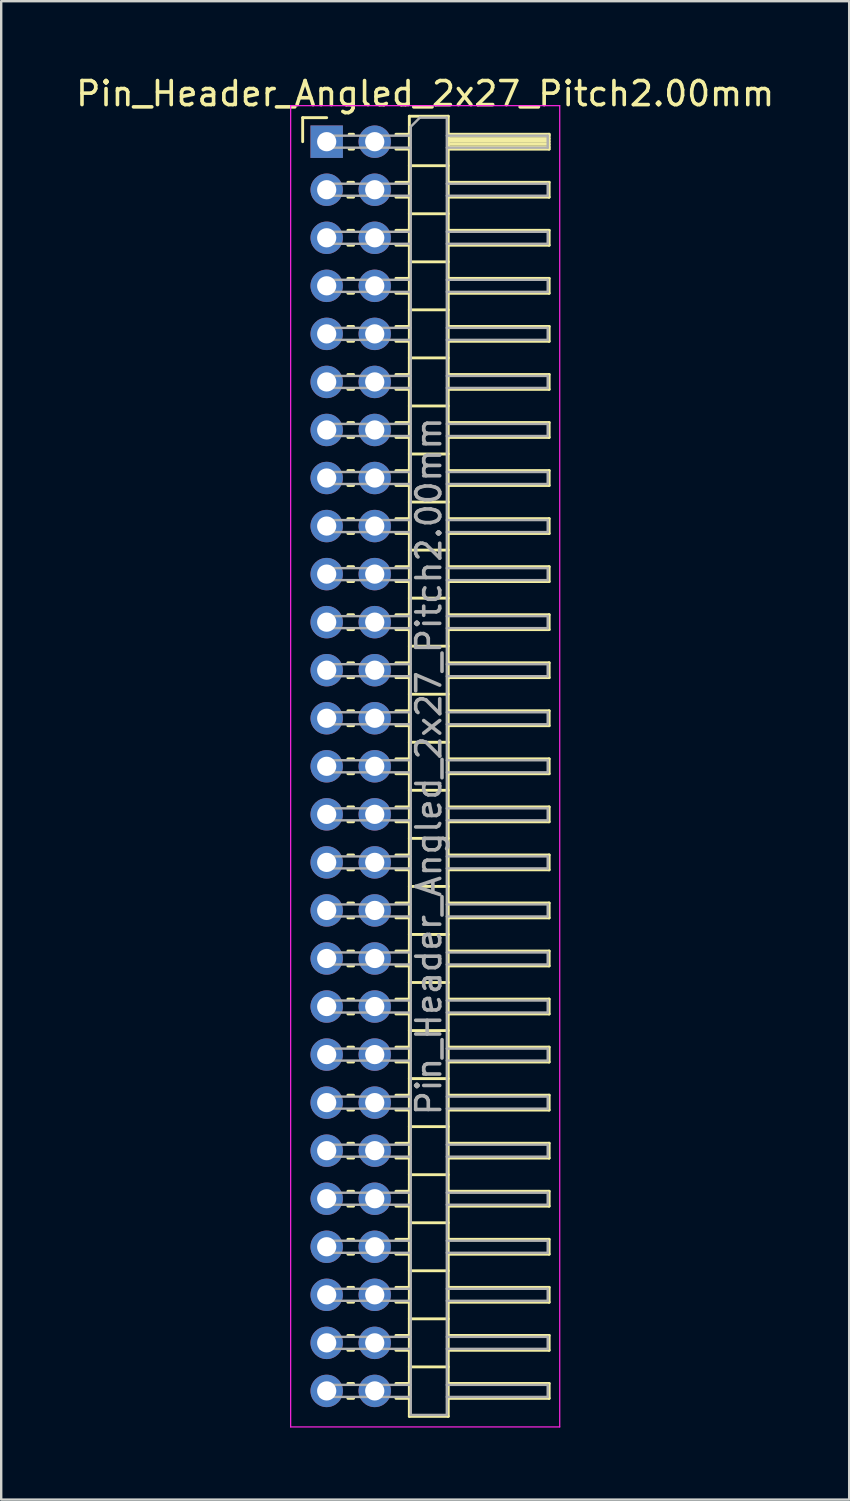
<source format=kicad_pcb>
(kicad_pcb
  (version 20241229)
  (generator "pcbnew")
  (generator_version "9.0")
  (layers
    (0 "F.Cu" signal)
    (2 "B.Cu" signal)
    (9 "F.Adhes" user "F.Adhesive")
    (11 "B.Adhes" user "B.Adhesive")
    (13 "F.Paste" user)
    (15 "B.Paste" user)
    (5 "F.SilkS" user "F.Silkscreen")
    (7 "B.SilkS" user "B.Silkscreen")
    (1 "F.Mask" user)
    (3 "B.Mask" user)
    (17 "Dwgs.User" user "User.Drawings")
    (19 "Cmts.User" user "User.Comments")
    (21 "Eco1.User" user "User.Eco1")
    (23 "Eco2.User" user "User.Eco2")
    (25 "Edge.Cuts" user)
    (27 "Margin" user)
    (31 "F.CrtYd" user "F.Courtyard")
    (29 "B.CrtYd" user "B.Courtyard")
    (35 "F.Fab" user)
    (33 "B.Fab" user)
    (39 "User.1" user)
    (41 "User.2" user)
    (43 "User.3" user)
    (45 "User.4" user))
  (footprint "Pin_Header_Angled_2x27_Pitch2.00mm"
    (layer "F.Cu")
    (at 10.549 2.848)
    (property "Reference" "Pin_Header_Angled_2x27_Pitch2.00mm" (at 4.1 -2 0) (layer "F.SilkS") (effects (font (size 1 1) (thickness 0.15))))
    (attr through_hole)
    (fp_line (start -1 -1) (end 0 -1) (stroke (width 0.12) (type solid)) (layer "F.SilkS"))
    (fp_line (start -1 0) (end -1 -1) (stroke (width 0.12) (type solid)) (layer "F.SilkS"))
    (fp_line (start 0.882 1.69) (end 1.118 1.69) (stroke (width 0.12) (type solid)) (layer "F.SilkS"))
    (fp_line (start 0.882 2.31) (end 1.118 2.31) (stroke (width 0.12) (type solid)) (layer "F.SilkS"))
    (fp_line (start 0.882 3.69) (end 1.118 3.69) (stroke (width 0.12) (type solid)) (layer "F.SilkS"))
    (fp_line (start 0.882 4.31) (end 1.118 4.31) (stroke (width 0.12) (type solid)) (layer "F.SilkS"))
    (fp_line (start 0.882 5.69) (end 1.118 5.69) (stroke (width 0.12) (type solid)) (layer "F.SilkS"))
    (fp_line (start 0.882 6.31) (end 1.118 6.31) (stroke (width 0.12) (type solid)) (layer "F.SilkS"))
    (fp_line (start 0.882 7.69) (end 1.118 7.69) (stroke (width 0.12) (type solid)) (layer "F.SilkS"))
    (fp_line (start 0.882 8.31) (end 1.118 8.31) (stroke (width 0.12) (type solid)) (layer "F.SilkS"))
    (fp_line (start 0.882 9.69) (end 1.118 9.69) (stroke (width 0.12) (type solid)) (layer "F.SilkS"))
    (fp_line (start 0.882 10.31) (end 1.118 10.31) (stroke (width 0.12) (type solid)) (layer "F.SilkS"))
    (fp_line (start 0.882 11.69) (end 1.118 11.69) (stroke (width 0.12) (type solid)) (layer "F.SilkS"))
    (fp_line (start 0.882 12.31) (end 1.118 12.31) (stroke (width 0.12) (type solid)) (layer "F.SilkS"))
    (fp_line (start 0.882 13.69) (end 1.118 13.69) (stroke (width 0.12) (type solid)) (layer "F.SilkS"))
    (fp_line (start 0.882 14.31) (end 1.118 14.31) (stroke (width 0.12) (type solid)) (layer "F.SilkS"))
    (fp_line (start 0.882 15.69) (end 1.118 15.69) (stroke (width 0.12) (type solid)) (layer "F.SilkS"))
    (fp_line (start 0.882 16.31) (end 1.118 16.31) (stroke (width 0.12) (type solid)) (layer "F.SilkS"))
    (fp_line (start 0.882 17.69) (end 1.118 17.69) (stroke (width 0.12) (type solid)) (layer "F.SilkS"))
    (fp_line (start 0.882 18.31) (end 1.118 18.31) (stroke (width 0.12) (type solid)) (layer "F.SilkS"))
    (fp_line (start 0.882 19.69) (end 1.118 19.69) (stroke (width 0.12) (type solid)) (layer "F.SilkS"))
    (fp_line (start 0.882 20.31) (end 1.118 20.31) (stroke (width 0.12) (type solid)) (layer "F.SilkS"))
    (fp_line (start 0.882 21.69) (end 1.118 21.69) (stroke (width 0.12) (type solid)) (layer "F.SilkS"))
    (fp_line (start 0.882 22.31) (end 1.118 22.31) (stroke (width 0.12) (type solid)) (layer "F.SilkS"))
    (fp_line (start 0.882 23.69) (end 1.118 23.69) (stroke (width 0.12) (type solid)) (layer "F.SilkS"))
    (fp_line (start 0.882 24.31) (end 1.118 24.31) (stroke (width 0.12) (type solid)) (layer "F.SilkS"))
    (fp_line (start 0.882 25.69) (end 1.118 25.69) (stroke (width 0.12) (type solid)) (layer "F.SilkS"))
    (fp_line (start 0.882 26.31) (end 1.118 26.31) (stroke (width 0.12) (type solid)) (layer "F.SilkS"))
    (fp_line (start 0.882 27.69) (end 1.118 27.69) (stroke (width 0.12) (type solid)) (layer "F.SilkS"))
    (fp_line (start 0.882 28.31) (end 1.118 28.31) (stroke (width 0.12) (type solid)) (layer "F.SilkS"))
    (fp_line (start 0.882 29.69) (end 1.118 29.69) (stroke (width 0.12) (type solid)) (layer "F.SilkS"))
    (fp_line (start 0.882 30.31) (end 1.118 30.31) (stroke (width 0.12) (type solid)) (layer "F.SilkS"))
    (fp_line (start 0.882 31.69) (end 1.118 31.69) (stroke (width 0.12) (type solid)) (layer "F.SilkS"))
    (fp_line (start 0.882 32.31) (end 1.118 32.31) (stroke (width 0.12) (type solid)) (layer "F.SilkS"))
    (fp_line (start 0.882 33.69) (end 1.118 33.69) (stroke (width 0.12) (type solid)) (layer "F.SilkS"))
    (fp_line (start 0.882 34.31) (end 1.118 34.31) (stroke (width 0.12) (type solid)) (layer "F.SilkS"))
    (fp_line (start 0.882 35.69) (end 1.118 35.69) (stroke (width 0.12) (type solid)) (layer "F.SilkS"))
    (fp_line (start 0.882 36.31) (end 1.118 36.31) (stroke (width 0.12) (type solid)) (layer "F.SilkS"))
    (fp_line (start 0.882 37.69) (end 1.118 37.69) (stroke (width 0.12) (type solid)) (layer "F.SilkS"))
    (fp_line (start 0.882 38.31) (end 1.118 38.31) (stroke (width 0.12) (type solid)) (layer "F.SilkS"))
    (fp_line (start 0.882 39.69) (end 1.118 39.69) (stroke (width 0.12) (type solid)) (layer "F.SilkS"))
    (fp_line (start 0.882 40.31) (end 1.118 40.31) (stroke (width 0.12) (type solid)) (layer "F.SilkS"))
    (fp_line (start 0.882 41.69) (end 1.118 41.69) (stroke (width 0.12) (type solid)) (layer "F.SilkS"))
    (fp_line (start 0.882 42.31) (end 1.118 42.31) (stroke (width 0.12) (type solid)) (layer "F.SilkS"))
    (fp_line (start 0.882 43.69) (end 1.118 43.69) (stroke (width 0.12) (type solid)) (layer "F.SilkS"))
    (fp_line (start 0.882 44.31) (end 1.118 44.31) (stroke (width 0.12) (type solid)) (layer "F.SilkS"))
    (fp_line (start 0.882 45.69) (end 1.118 45.69) (stroke (width 0.12) (type solid)) (layer "F.SilkS"))
    (fp_line (start 0.882 46.31) (end 1.118 46.31) (stroke (width 0.12) (type solid)) (layer "F.SilkS"))
    (fp_line (start 0.882 47.69) (end 1.118 47.69) (stroke (width 0.12) (type solid)) (layer "F.SilkS"))
    (fp_line (start 0.882 48.31) (end 1.118 48.31) (stroke (width 0.12) (type solid)) (layer "F.SilkS"))
    (fp_line (start 0.882 49.69) (end 1.118 49.69) (stroke (width 0.12) (type solid)) (layer "F.SilkS"))
    (fp_line (start 0.882 50.31) (end 1.118 50.31) (stroke (width 0.12) (type solid)) (layer "F.SilkS"))
    (fp_line (start 0.882 51.69) (end 1.118 51.69) (stroke (width 0.12) (type solid)) (layer "F.SilkS"))
    (fp_line (start 0.882 52.31) (end 1.118 52.31) (stroke (width 0.12) (type solid)) (layer "F.SilkS"))
    (fp_line (start 0.935 -0.31) (end 1.118 -0.31) (stroke (width 0.12) (type solid)) (layer "F.SilkS"))
    (fp_line (start 0.935 0.31) (end 1.118 0.31) (stroke (width 0.12) (type solid)) (layer "F.SilkS"))
    (fp_line (start 2.882 -0.31) (end 3.44 -0.31) (stroke (width 0.12) (type solid)) (layer "F.SilkS"))
    (fp_line (start 2.882 0.31) (end 3.44 0.31) (stroke (width 0.12) (type solid)) (layer "F.SilkS"))
    (fp_line (start 2.882 1.69) (end 3.44 1.69) (stroke (width 0.12) (type solid)) (layer "F.SilkS"))
    (fp_line (start 2.882 2.31) (end 3.44 2.31) (stroke (width 0.12) (type solid)) (layer "F.SilkS"))
    (fp_line (start 2.882 3.69) (end 3.44 3.69) (stroke (width 0.12) (type solid)) (layer "F.SilkS"))
    (fp_line (start 2.882 4.31) (end 3.44 4.31) (stroke (width 0.12) (type solid)) (layer "F.SilkS"))
    (fp_line (start 2.882 5.69) (end 3.44 5.69) (stroke (width 0.12) (type solid)) (layer "F.SilkS"))
    (fp_line (start 2.882 6.31) (end 3.44 6.31) (stroke (width 0.12) (type solid)) (layer "F.SilkS"))
    (fp_line (start 2.882 7.69) (end 3.44 7.69) (stroke (width 0.12) (type solid)) (layer "F.SilkS"))
    (fp_line (start 2.882 8.31) (end 3.44 8.31) (stroke (width 0.12) (type solid)) (layer "F.SilkS"))
    (fp_line (start 2.882 9.69) (end 3.44 9.69) (stroke (width 0.12) (type solid)) (layer "F.SilkS"))
    (fp_line (start 2.882 10.31) (end 3.44 10.31) (stroke (width 0.12) (type solid)) (layer "F.SilkS"))
    (fp_line (start 2.882 11.69) (end 3.44 11.69) (stroke (width 0.12) (type solid)) (layer "F.SilkS"))
    (fp_line (start 2.882 12.31) (end 3.44 12.31) (stroke (width 0.12) (type solid)) (layer "F.SilkS"))
    (fp_line (start 2.882 13.69) (end 3.44 13.69) (stroke (width 0.12) (type solid)) (layer "F.SilkS"))
    (fp_line (start 2.882 14.31) (end 3.44 14.31) (stroke (width 0.12) (type solid)) (layer "F.SilkS"))
    (fp_line (start 2.882 15.69) (end 3.44 15.69) (stroke (width 0.12) (type solid)) (layer "F.SilkS"))
    (fp_line (start 2.882 16.31) (end 3.44 16.31) (stroke (width 0.12) (type solid)) (layer "F.SilkS"))
    (fp_line (start 2.882 17.69) (end 3.44 17.69) (stroke (width 0.12) (type solid)) (layer "F.SilkS"))
    (fp_line (start 2.882 18.31) (end 3.44 18.31) (stroke (width 0.12) (type solid)) (layer "F.SilkS"))
    (fp_line (start 2.882 19.69) (end 3.44 19.69) (stroke (width 0.12) (type solid)) (layer "F.SilkS"))
    (fp_line (start 2.882 20.31) (end 3.44 20.31) (stroke (width 0.12) (type solid)) (layer "F.SilkS"))
    (fp_line (start 2.882 21.69) (end 3.44 21.69) (stroke (width 0.12) (type solid)) (layer "F.SilkS"))
    (fp_line (start 2.882 22.31) (end 3.44 22.31) (stroke (width 0.12) (type solid)) (layer "F.SilkS"))
    (fp_line (start 2.882 23.69) (end 3.44 23.69) (stroke (width 0.12) (type solid)) (layer "F.SilkS"))
    (fp_line (start 2.882 24.31) (end 3.44 24.31) (stroke (width 0.12) (type solid)) (layer "F.SilkS"))
    (fp_line (start 2.882 25.69) (end 3.44 25.69) (stroke (width 0.12) (type solid)) (layer "F.SilkS"))
    (fp_line (start 2.882 26.31) (end 3.44 26.31) (stroke (width 0.12) (type solid)) (layer "F.SilkS"))
    (fp_line (start 2.882 27.69) (end 3.44 27.69) (stroke (width 0.12) (type solid)) (layer "F.SilkS"))
    (fp_line (start 2.882 28.31) (end 3.44 28.31) (stroke (width 0.12) (type solid)) (layer "F.SilkS"))
    (fp_line (start 2.882 29.69) (end 3.44 29.69) (stroke (width 0.12) (type solid)) (layer "F.SilkS"))
    (fp_line (start 2.882 30.31) (end 3.44 30.31) (stroke (width 0.12) (type solid)) (layer "F.SilkS"))
    (fp_line (start 2.882 31.69) (end 3.44 31.69) (stroke (width 0.12) (type solid)) (layer "F.SilkS"))
    (fp_line (start 2.882 32.31) (end 3.44 32.31) (stroke (width 0.12) (type solid)) (layer "F.SilkS"))
    (fp_line (start 2.882 33.69) (end 3.44 33.69) (stroke (width 0.12) (type solid)) (layer "F.SilkS"))
    (fp_line (start 2.882 34.31) (end 3.44 34.31) (stroke (width 0.12) (type solid)) (layer "F.SilkS"))
    (fp_line (start 2.882 35.69) (end 3.44 35.69) (stroke (width 0.12) (type solid)) (layer "F.SilkS"))
    (fp_line (start 2.882 36.31) (end 3.44 36.31) (stroke (width 0.12) (type solid)) (layer "F.SilkS"))
    (fp_line (start 2.882 37.69) (end 3.44 37.69) (stroke (width 0.12) (type solid)) (layer "F.SilkS"))
    (fp_line (start 2.882 38.31) (end 3.44 38.31) (stroke (width 0.12) (type solid)) (layer "F.SilkS"))
    (fp_line (start 2.882 39.69) (end 3.44 39.69) (stroke (width 0.12) (type solid)) (layer "F.SilkS"))
    (fp_line (start 2.882 40.31) (end 3.44 40.31) (stroke (width 0.12) (type solid)) (layer "F.SilkS"))
    (fp_line (start 2.882 41.69) (end 3.44 41.69) (stroke (width 0.12) (type solid)) (layer "F.SilkS"))
    (fp_line (start 2.882 42.31) (end 3.44 42.31) (stroke (width 0.12) (type solid)) (layer "F.SilkS"))
    (fp_line (start 2.882 43.69) (end 3.44 43.69) (stroke (width 0.12) (type solid)) (layer "F.SilkS"))
    (fp_line (start 2.882 44.31) (end 3.44 44.31) (stroke (width 0.12) (type solid)) (layer "F.SilkS"))
    (fp_line (start 2.882 45.69) (end 3.44 45.69) (stroke (width 0.12) (type solid)) (layer "F.SilkS"))
    (fp_line (start 2.882 46.31) (end 3.44 46.31) (stroke (width 0.12) (type solid)) (layer "F.SilkS"))
    (fp_line (start 2.882 47.69) (end 3.44 47.69) (stroke (width 0.12) (type solid)) (layer "F.SilkS"))
    (fp_line (start 2.882 48.31) (end 3.44 48.31) (stroke (width 0.12) (type solid)) (layer "F.SilkS"))
    (fp_line (start 2.882 49.69) (end 3.44 49.69) (stroke (width 0.12) (type solid)) (layer "F.SilkS"))
    (fp_line (start 2.882 50.31) (end 3.44 50.31) (stroke (width 0.12) (type solid)) (layer "F.SilkS"))
    (fp_line (start 2.882 51.69) (end 3.44 51.69) (stroke (width 0.12) (type solid)) (layer "F.SilkS"))
    (fp_line (start 2.882 52.31) (end 3.44 52.31) (stroke (width 0.12) (type solid)) (layer "F.SilkS"))
    (fp_line (start 3.44 -1.06) (end 3.44 53.06) (stroke (width 0.12) (type solid)) (layer "F.SilkS"))
    (fp_line (start 3.44 1) (end 5.06 1) (stroke (width 0.12) (type solid)) (layer "F.SilkS"))
    (fp_line (start 3.44 3) (end 5.06 3) (stroke (width 0.12) (type solid)) (layer "F.SilkS"))
    (fp_line (start 3.44 5) (end 5.06 5) (stroke (width 0.12) (type solid)) (layer "F.SilkS"))
    (fp_line (start 3.44 7) (end 5.06 7) (stroke (width 0.12) (type solid)) (layer "F.SilkS"))
    (fp_line (start 3.44 9) (end 5.06 9) (stroke (width 0.12) (type solid)) (layer "F.SilkS"))
    (fp_line (start 3.44 11) (end 5.06 11) (stroke (width 0.12) (type solid)) (layer "F.SilkS"))
    (fp_line (start 3.44 13) (end 5.06 13) (stroke (width 0.12) (type solid)) (layer "F.SilkS"))
    (fp_line (start 3.44 15) (end 5.06 15) (stroke (width 0.12) (type solid)) (layer "F.SilkS"))
    (fp_line (start 3.44 17) (end 5.06 17) (stroke (width 0.12) (type solid)) (layer "F.SilkS"))
    (fp_line (start 3.44 19) (end 5.06 19) (stroke (width 0.12) (type solid)) (layer "F.SilkS"))
    (fp_line (start 3.44 21) (end 5.06 21) (stroke (width 0.12) (type solid)) (layer "F.SilkS"))
    (fp_line (start 3.44 23) (end 5.06 23) (stroke (width 0.12) (type solid)) (layer "F.SilkS"))
    (fp_line (start 3.44 25) (end 5.06 25) (stroke (width 0.12) (type solid)) (layer "F.SilkS"))
    (fp_line (start 3.44 27) (end 5.06 27) (stroke (width 0.12) (type solid)) (layer "F.SilkS"))
    (fp_line (start 3.44 29) (end 5.06 29) (stroke (width 0.12) (type solid)) (layer "F.SilkS"))
    (fp_line (start 3.44 31) (end 5.06 31) (stroke (width 0.12) (type solid)) (layer "F.SilkS"))
    (fp_line (start 3.44 33) (end 5.06 33) (stroke (width 0.12) (type solid)) (layer "F.SilkS"))
    (fp_line (start 3.44 35) (end 5.06 35) (stroke (width 0.12) (type solid)) (layer "F.SilkS"))
    (fp_line (start 3.44 37) (end 5.06 37) (stroke (width 0.12) (type solid)) (layer "F.SilkS"))
    (fp_line (start 3.44 39) (end 5.06 39) (stroke (width 0.12) (type solid)) (layer "F.SilkS"))
    (fp_line (start 3.44 41) (end 5.06 41) (stroke (width 0.12) (type solid)) (layer "F.SilkS"))
    (fp_line (start 3.44 43) (end 5.06 43) (stroke (width 0.12) (type solid)) (layer "F.SilkS"))
    (fp_line (start 3.44 45) (end 5.06 45) (stroke (width 0.12) (type solid)) (layer "F.SilkS"))
    (fp_line (start 3.44 47) (end 5.06 47) (stroke (width 0.12) (type solid)) (layer "F.SilkS"))
    (fp_line (start 3.44 49) (end 5.06 49) (stroke (width 0.12) (type solid)) (layer "F.SilkS"))
    (fp_line (start 3.44 51) (end 5.06 51) (stroke (width 0.12) (type solid)) (layer "F.SilkS"))
    (fp_line (start 3.44 53.06) (end 5.06 53.06) (stroke (width 0.12) (type solid)) (layer "F.SilkS"))
    (fp_line (start 5.06 -1.06) (end 3.44 -1.06) (stroke (width 0.12) (type solid)) (layer "F.SilkS"))
    (fp_line (start 5.06 -0.31) (end 9.26 -0.31) (stroke (width 0.12) (type solid)) (layer "F.SilkS"))
    (fp_line (start 5.06 -0.25) (end 9.26 -0.25) (stroke (width 0.12) (type solid)) (layer "F.SilkS"))
    (fp_line (start 5.06 -0.13) (end 9.26 -0.13) (stroke (width 0.12) (type solid)) (layer "F.SilkS"))
    (fp_line (start 5.06 -0.01) (end 9.26 -0.01) (stroke (width 0.12) (type solid)) (layer "F.SilkS"))
    (fp_line (start 5.06 0.11) (end 9.26 0.11) (stroke (width 0.12) (type solid)) (layer "F.SilkS"))
    (fp_line (start 5.06 0.23) (end 9.26 0.23) (stroke (width 0.12) (type solid)) (layer "F.SilkS"))
    (fp_line (start 5.06 1.69) (end 9.26 1.69) (stroke (width 0.12) (type solid)) (layer "F.SilkS"))
    (fp_line (start 5.06 3.69) (end 9.26 3.69) (stroke (width 0.12) (type solid)) (layer "F.SilkS"))
    (fp_line (start 5.06 5.69) (end 9.26 5.69) (stroke (width 0.12) (type solid)) (layer "F.SilkS"))
    (fp_line (start 5.06 7.69) (end 9.26 7.69) (stroke (width 0.12) (type solid)) (layer "F.SilkS"))
    (fp_line (start 5.06 9.69) (end 9.26 9.69) (stroke (width 0.12) (type solid)) (layer "F.SilkS"))
    (fp_line (start 5.06 11.69) (end 9.26 11.69) (stroke (width 0.12) (type solid)) (layer "F.SilkS"))
    (fp_line (start 5.06 13.69) (end 9.26 13.69) (stroke (width 0.12) (type solid)) (layer "F.SilkS"))
    (fp_line (start 5.06 15.69) (end 9.26 15.69) (stroke (width 0.12) (type solid)) (layer "F.SilkS"))
    (fp_line (start 5.06 17.69) (end 9.26 17.69) (stroke (width 0.12) (type solid)) (layer "F.SilkS"))
    (fp_line (start 5.06 19.69) (end 9.26 19.69) (stroke (width 0.12) (type solid)) (layer "F.SilkS"))
    (fp_line (start 5.06 21.69) (end 9.26 21.69) (stroke (width 0.12) (type solid)) (layer "F.SilkS"))
    (fp_line (start 5.06 23.69) (end 9.26 23.69) (stroke (width 0.12) (type solid)) (layer "F.SilkS"))
    (fp_line (start 5.06 25.69) (end 9.26 25.69) (stroke (width 0.12) (type solid)) (layer "F.SilkS"))
    (fp_line (start 5.06 27.69) (end 9.26 27.69) (stroke (width 0.12) (type solid)) (layer "F.SilkS"))
    (fp_line (start 5.06 29.69) (end 9.26 29.69) (stroke (width 0.12) (type solid)) (layer "F.SilkS"))
    (fp_line (start 5.06 31.69) (end 9.26 31.69) (stroke (width 0.12) (type solid)) (layer "F.SilkS"))
    (fp_line (start 5.06 33.69) (end 9.26 33.69) (stroke (width 0.12) (type solid)) (layer "F.SilkS"))
    (fp_line (start 5.06 35.69) (end 9.26 35.69) (stroke (width 0.12) (type solid)) (layer "F.SilkS"))
    (fp_line (start 5.06 37.69) (end 9.26 37.69) (stroke (width 0.12) (type solid)) (layer "F.SilkS"))
    (fp_line (start 5.06 39.69) (end 9.26 39.69) (stroke (width 0.12) (type solid)) (layer "F.SilkS"))
    (fp_line (start 5.06 41.69) (end 9.26 41.69) (stroke (width 0.12) (type solid)) (layer "F.SilkS"))
    (fp_line (start 5.06 43.69) (end 9.26 43.69) (stroke (width 0.12) (type solid)) (layer "F.SilkS"))
    (fp_line (start 5.06 45.69) (end 9.26 45.69) (stroke (width 0.12) (type solid)) (layer "F.SilkS"))
    (fp_line (start 5.06 47.69) (end 9.26 47.69) (stroke (width 0.12) (type solid)) (layer "F.SilkS"))
    (fp_line (start 5.06 49.69) (end 9.26 49.69) (stroke (width 0.12) (type solid)) (layer "F.SilkS"))
    (fp_line (start 5.06 51.69) (end 9.26 51.69) (stroke (width 0.12) (type solid)) (layer "F.SilkS"))
    (fp_line (start 5.06 53.06) (end 5.06 -1.06) (stroke (width 0.12) (type solid)) (layer "F.SilkS"))
    (fp_line (start 9.26 -0.31) (end 9.26 0.31) (stroke (width 0.12) (type solid)) (layer "F.SilkS"))
    (fp_line (start 9.26 0.31) (end 5.06 0.31) (stroke (width 0.12) (type solid)) (layer "F.SilkS"))
    (fp_line (start 9.26 1.69) (end 9.26 2.31) (stroke (width 0.12) (type solid)) (layer "F.SilkS"))
    (fp_line (start 9.26 2.31) (end 5.06 2.31) (stroke (width 0.12) (type solid)) (layer "F.SilkS"))
    (fp_line (start 9.26 3.69) (end 9.26 4.31) (stroke (width 0.12) (type solid)) (layer "F.SilkS"))
    (fp_line (start 9.26 4.31) (end 5.06 4.31) (stroke (width 0.12) (type solid)) (layer "F.SilkS"))
    (fp_line (start 9.26 5.69) (end 9.26 6.31) (stroke (width 0.12) (type solid)) (layer "F.SilkS"))
    (fp_line (start 9.26 6.31) (end 5.06 6.31) (stroke (width 0.12) (type solid)) (layer "F.SilkS"))
    (fp_line (start 9.26 7.69) (end 9.26 8.31) (stroke (width 0.12) (type solid)) (layer "F.SilkS"))
    (fp_line (start 9.26 8.31) (end 5.06 8.31) (stroke (width 0.12) (type solid)) (layer "F.SilkS"))
    (fp_line (start 9.26 9.69) (end 9.26 10.31) (stroke (width 0.12) (type solid)) (layer "F.SilkS"))
    (fp_line (start 9.26 10.31) (end 5.06 10.31) (stroke (width 0.12) (type solid)) (layer "F.SilkS"))
    (fp_line (start 9.26 11.69) (end 9.26 12.31) (stroke (width 0.12) (type solid)) (layer "F.SilkS"))
    (fp_line (start 9.26 12.31) (end 5.06 12.31) (stroke (width 0.12) (type solid)) (layer "F.SilkS"))
    (fp_line (start 9.26 13.69) (end 9.26 14.31) (stroke (width 0.12) (type solid)) (layer "F.SilkS"))
    (fp_line (start 9.26 14.31) (end 5.06 14.31) (stroke (width 0.12) (type solid)) (layer "F.SilkS"))
    (fp_line (start 9.26 15.69) (end 9.26 16.31) (stroke (width 0.12) (type solid)) (layer "F.SilkS"))
    (fp_line (start 9.26 16.31) (end 5.06 16.31) (stroke (width 0.12) (type solid)) (layer "F.SilkS"))
    (fp_line (start 9.26 17.69) (end 9.26 18.31) (stroke (width 0.12) (type solid)) (layer "F.SilkS"))
    (fp_line (start 9.26 18.31) (end 5.06 18.31) (stroke (width 0.12) (type solid)) (layer "F.SilkS"))
    (fp_line (start 9.26 19.69) (end 9.26 20.31) (stroke (width 0.12) (type solid)) (layer "F.SilkS"))
    (fp_line (start 9.26 20.31) (end 5.06 20.31) (stroke (width 0.12) (type solid)) (layer "F.SilkS"))
    (fp_line (start 9.26 21.69) (end 9.26 22.31) (stroke (width 0.12) (type solid)) (layer "F.SilkS"))
    (fp_line (start 9.26 22.31) (end 5.06 22.31) (stroke (width 0.12) (type solid)) (layer "F.SilkS"))
    (fp_line (start 9.26 23.69) (end 9.26 24.31) (stroke (width 0.12) (type solid)) (layer "F.SilkS"))
    (fp_line (start 9.26 24.31) (end 5.06 24.31) (stroke (width 0.12) (type solid)) (layer "F.SilkS"))
    (fp_line (start 9.26 25.69) (end 9.26 26.31) (stroke (width 0.12) (type solid)) (layer "F.SilkS"))
    (fp_line (start 9.26 26.31) (end 5.06 26.31) (stroke (width 0.12) (type solid)) (layer "F.SilkS"))
    (fp_line (start 9.26 27.69) (end 9.26 28.31) (stroke (width 0.12) (type solid)) (layer "F.SilkS"))
    (fp_line (start 9.26 28.31) (end 5.06 28.31) (stroke (width 0.12) (type solid)) (layer "F.SilkS"))
    (fp_line (start 9.26 29.69) (end 9.26 30.31) (stroke (width 0.12) (type solid)) (layer "F.SilkS"))
    (fp_line (start 9.26 30.31) (end 5.06 30.31) (stroke (width 0.12) (type solid)) (layer "F.SilkS"))
    (fp_line (start 9.26 31.69) (end 9.26 32.31) (stroke (width 0.12) (type solid)) (layer "F.SilkS"))
    (fp_line (start 9.26 32.31) (end 5.06 32.31) (stroke (width 0.12) (type solid)) (layer "F.SilkS"))
    (fp_line (start 9.26 33.69) (end 9.26 34.31) (stroke (width 0.12) (type solid)) (layer "F.SilkS"))
    (fp_line (start 9.26 34.31) (end 5.06 34.31) (stroke (width 0.12) (type solid)) (layer "F.SilkS"))
    (fp_line (start 9.26 35.69) (end 9.26 36.31) (stroke (width 0.12) (type solid)) (layer "F.SilkS"))
    (fp_line (start 9.26 36.31) (end 5.06 36.31) (stroke (width 0.12) (type solid)) (layer "F.SilkS"))
    (fp_line (start 9.26 37.69) (end 9.26 38.31) (stroke (width 0.12) (type solid)) (layer "F.SilkS"))
    (fp_line (start 9.26 38.31) (end 5.06 38.31) (stroke (width 0.12) (type solid)) (layer "F.SilkS"))
    (fp_line (start 9.26 39.69) (end 9.26 40.31) (stroke (width 0.12) (type solid)) (layer "F.SilkS"))
    (fp_line (start 9.26 40.31) (end 5.06 40.31) (stroke (width 0.12) (type solid)) (layer "F.SilkS"))
    (fp_line (start 9.26 41.69) (end 9.26 42.31) (stroke (width 0.12) (type solid)) (layer "F.SilkS"))
    (fp_line (start 9.26 42.31) (end 5.06 42.31) (stroke (width 0.12) (type solid)) (layer "F.SilkS"))
    (fp_line (start 9.26 43.69) (end 9.26 44.31) (stroke (width 0.12) (type solid)) (layer "F.SilkS"))
    (fp_line (start 9.26 44.31) (end 5.06 44.31) (stroke (width 0.12) (type solid)) (layer "F.SilkS"))
    (fp_line (start 9.26 45.69) (end 9.26 46.31) (stroke (width 0.12) (type solid)) (layer "F.SilkS"))
    (fp_line (start 9.26 46.31) (end 5.06 46.31) (stroke (width 0.12) (type solid)) (layer "F.SilkS"))
    (fp_line (start 9.26 47.69) (end 9.26 48.31) (stroke (width 0.12) (type solid)) (layer "F.SilkS"))
    (fp_line (start 9.26 48.31) (end 5.06 48.31) (stroke (width 0.12) (type solid)) (layer "F.SilkS"))
    (fp_line (start 9.26 49.69) (end 9.26 50.31) (stroke (width 0.12) (type solid)) (layer "F.SilkS"))
    (fp_line (start 9.26 50.31) (end 5.06 50.31) (stroke (width 0.12) (type solid)) (layer "F.SilkS"))
    (fp_line (start 9.26 51.69) (end 9.26 52.31) (stroke (width 0.12) (type solid)) (layer "F.SilkS"))
    (fp_line (start 9.26 52.31) (end 5.06 52.31) (stroke (width 0.12) (type solid)) (layer "F.SilkS"))
    (fp_line (start -1.5 -1.5) (end -1.5 53.5) (stroke (width 0.05) (type solid)) (layer "F.CrtYd"))
    (fp_line (start -1.5 53.5) (end 9.7 53.5) (stroke (width 0.05) (type solid)) (layer "F.CrtYd"))
    (fp_line (start 9.7 -1.5) (end -1.5 -1.5) (stroke (width 0.05) (type solid)) (layer "F.CrtYd"))
    (fp_line (start 9.7 53.5) (end 9.7 -1.5) (stroke (width 0.05) (type solid)) (layer "F.CrtYd"))
    (fp_line (start -0.25 -0.25) (end -0.25 0.25) (stroke (width 0.1) (type solid)) (layer "F.Fab"))
    (fp_line (start -0.25 -0.25) (end 3.5 -0.25) (stroke (width 0.1) (type solid)) (layer "F.Fab"))
    (fp_line (start -0.25 0.25) (end 3.5 0.25) (stroke (width 0.1) (type solid)) (layer "F.Fab"))
    (fp_line (start -0.25 1.75) (end -0.25 2.25) (stroke (width 0.1) (type solid)) (layer "F.Fab"))
    (fp_line (start -0.25 1.75) (end 3.5 1.75) (stroke (width 0.1) (type solid)) (layer "F.Fab"))
    (fp_line (start -0.25 2.25) (end 3.5 2.25) (stroke (width 0.1) (type solid)) (layer "F.Fab"))
    (fp_line (start -0.25 3.75) (end -0.25 4.25) (stroke (width 0.1) (type solid)) (layer "F.Fab"))
    (fp_line (start -0.25 3.75) (end 3.5 3.75) (stroke (width 0.1) (type solid)) (layer "F.Fab"))
    (fp_line (start -0.25 4.25) (end 3.5 4.25) (stroke (width 0.1) (type solid)) (layer "F.Fab"))
    (fp_line (start -0.25 5.75) (end -0.25 6.25) (stroke (width 0.1) (type solid)) (layer "F.Fab"))
    (fp_line (start -0.25 5.75) (end 3.5 5.75) (stroke (width 0.1) (type solid)) (layer "F.Fab"))
    (fp_line (start -0.25 6.25) (end 3.5 6.25) (stroke (width 0.1) (type solid)) (layer "F.Fab"))
    (fp_line (start -0.25 7.75) (end -0.25 8.25) (stroke (width 0.1) (type solid)) (layer "F.Fab"))
    (fp_line (start -0.25 7.75) (end 3.5 7.75) (stroke (width 0.1) (type solid)) (layer "F.Fab"))
    (fp_line (start -0.25 8.25) (end 3.5 8.25) (stroke (width 0.1) (type solid)) (layer "F.Fab"))
    (fp_line (start -0.25 9.75) (end -0.25 10.25) (stroke (width 0.1) (type solid)) (layer "F.Fab"))
    (fp_line (start -0.25 9.75) (end 3.5 9.75) (stroke (width 0.1) (type solid)) (layer "F.Fab"))
    (fp_line (start -0.25 10.25) (end 3.5 10.25) (stroke (width 0.1) (type solid)) (layer "F.Fab"))
    (fp_line (start -0.25 11.75) (end -0.25 12.25) (stroke (width 0.1) (type solid)) (layer "F.Fab"))
    (fp_line (start -0.25 11.75) (end 3.5 11.75) (stroke (width 0.1) (type solid)) (layer "F.Fab"))
    (fp_line (start -0.25 12.25) (end 3.5 12.25) (stroke (width 0.1) (type solid)) (layer "F.Fab"))
    (fp_line (start -0.25 13.75) (end -0.25 14.25) (stroke (width 0.1) (type solid)) (layer "F.Fab"))
    (fp_line (start -0.25 13.75) (end 3.5 13.75) (stroke (width 0.1) (type solid)) (layer "F.Fab"))
    (fp_line (start -0.25 14.25) (end 3.5 14.25) (stroke (width 0.1) (type solid)) (layer "F.Fab"))
    (fp_line (start -0.25 15.75) (end -0.25 16.25) (stroke (width 0.1) (type solid)) (layer "F.Fab"))
    (fp_line (start -0.25 15.75) (end 3.5 15.75) (stroke (width 0.1) (type solid)) (layer "F.Fab"))
    (fp_line (start -0.25 16.25) (end 3.5 16.25) (stroke (width 0.1) (type solid)) (layer "F.Fab"))
    (fp_line (start -0.25 17.75) (end -0.25 18.25) (stroke (width 0.1) (type solid)) (layer "F.Fab"))
    (fp_line (start -0.25 17.75) (end 3.5 17.75) (stroke (width 0.1) (type solid)) (layer "F.Fab"))
    (fp_line (start -0.25 18.25) (end 3.5 18.25) (stroke (width 0.1) (type solid)) (layer "F.Fab"))
    (fp_line (start -0.25 19.75) (end -0.25 20.25) (stroke (width 0.1) (type solid)) (layer "F.Fab"))
    (fp_line (start -0.25 19.75) (end 3.5 19.75) (stroke (width 0.1) (type solid)) (layer "F.Fab"))
    (fp_line (start -0.25 20.25) (end 3.5 20.25) (stroke (width 0.1) (type solid)) (layer "F.Fab"))
    (fp_line (start -0.25 21.75) (end -0.25 22.25) (stroke (width 0.1) (type solid)) (layer "F.Fab"))
    (fp_line (start -0.25 21.75) (end 3.5 21.75) (stroke (width 0.1) (type solid)) (layer "F.Fab"))
    (fp_line (start -0.25 22.25) (end 3.5 22.25) (stroke (width 0.1) (type solid)) (layer "F.Fab"))
    (fp_line (start -0.25 23.75) (end -0.25 24.25) (stroke (width 0.1) (type solid)) (layer "F.Fab"))
    (fp_line (start -0.25 23.75) (end 3.5 23.75) (stroke (width 0.1) (type solid)) (layer "F.Fab"))
    (fp_line (start -0.25 24.25) (end 3.5 24.25) (stroke (width 0.1) (type solid)) (layer "F.Fab"))
    (fp_line (start -0.25 25.75) (end -0.25 26.25) (stroke (width 0.1) (type solid)) (layer "F.Fab"))
    (fp_line (start -0.25 25.75) (end 3.5 25.75) (stroke (width 0.1) (type solid)) (layer "F.Fab"))
    (fp_line (start -0.25 26.25) (end 3.5 26.25) (stroke (width 0.1) (type solid)) (layer "F.Fab"))
    (fp_line (start -0.25 27.75) (end -0.25 28.25) (stroke (width 0.1) (type solid)) (layer "F.Fab"))
    (fp_line (start -0.25 27.75) (end 3.5 27.75) (stroke (width 0.1) (type solid)) (layer "F.Fab"))
    (fp_line (start -0.25 28.25) (end 3.5 28.25) (stroke (width 0.1) (type solid)) (layer "F.Fab"))
    (fp_line (start -0.25 29.75) (end -0.25 30.25) (stroke (width 0.1) (type solid)) (layer "F.Fab"))
    (fp_line (start -0.25 29.75) (end 3.5 29.75) (stroke (width 0.1) (type solid)) (layer "F.Fab"))
    (fp_line (start -0.25 30.25) (end 3.5 30.25) (stroke (width 0.1) (type solid)) (layer "F.Fab"))
    (fp_line (start -0.25 31.75) (end -0.25 32.25) (stroke (width 0.1) (type solid)) (layer "F.Fab"))
    (fp_line (start -0.25 31.75) (end 3.5 31.75) (stroke (width 0.1) (type solid)) (layer "F.Fab"))
    (fp_line (start -0.25 32.25) (end 3.5 32.25) (stroke (width 0.1) (type solid)) (layer "F.Fab"))
    (fp_line (start -0.25 33.75) (end -0.25 34.25) (stroke (width 0.1) (type solid)) (layer "F.Fab"))
    (fp_line (start -0.25 33.75) (end 3.5 33.75) (stroke (width 0.1) (type solid)) (layer "F.Fab"))
    (fp_line (start -0.25 34.25) (end 3.5 34.25) (stroke (width 0.1) (type solid)) (layer "F.Fab"))
    (fp_line (start -0.25 35.75) (end -0.25 36.25) (stroke (width 0.1) (type solid)) (layer "F.Fab"))
    (fp_line (start -0.25 35.75) (end 3.5 35.75) (stroke (width 0.1) (type solid)) (layer "F.Fab"))
    (fp_line (start -0.25 36.25) (end 3.5 36.25) (stroke (width 0.1) (type solid)) (layer "F.Fab"))
    (fp_line (start -0.25 37.75) (end -0.25 38.25) (stroke (width 0.1) (type solid)) (layer "F.Fab"))
    (fp_line (start -0.25 37.75) (end 3.5 37.75) (stroke (width 0.1) (type solid)) (layer "F.Fab"))
    (fp_line (start -0.25 38.25) (end 3.5 38.25) (stroke (width 0.1) (type solid)) (layer "F.Fab"))
    (fp_line (start -0.25 39.75) (end -0.25 40.25) (stroke (width 0.1) (type solid)) (layer "F.Fab"))
    (fp_line (start -0.25 39.75) (end 3.5 39.75) (stroke (width 0.1) (type solid)) (layer "F.Fab"))
    (fp_line (start -0.25 40.25) (end 3.5 40.25) (stroke (width 0.1) (type solid)) (layer "F.Fab"))
    (fp_line (start -0.25 41.75) (end -0.25 42.25) (stroke (width 0.1) (type solid)) (layer "F.Fab"))
    (fp_line (start -0.25 41.75) (end 3.5 41.75) (stroke (width 0.1) (type solid)) (layer "F.Fab"))
    (fp_line (start -0.25 42.25) (end 3.5 42.25) (stroke (width 0.1) (type solid)) (layer "F.Fab"))
    (fp_line (start -0.25 43.75) (end -0.25 44.25) (stroke (width 0.1) (type solid)) (layer "F.Fab"))
    (fp_line (start -0.25 43.75) (end 3.5 43.75) (stroke (width 0.1) (type solid)) (layer "F.Fab"))
    (fp_line (start -0.25 44.25) (end 3.5 44.25) (stroke (width 0.1) (type solid)) (layer "F.Fab"))
    (fp_line (start -0.25 45.75) (end -0.25 46.25) (stroke (width 0.1) (type solid)) (layer "F.Fab"))
    (fp_line (start -0.25 45.75) (end 3.5 45.75) (stroke (width 0.1) (type solid)) (layer "F.Fab"))
    (fp_line (start -0.25 46.25) (end 3.5 46.25) (stroke (width 0.1) (type solid)) (layer "F.Fab"))
    (fp_line (start -0.25 47.75) (end -0.25 48.25) (stroke (width 0.1) (type solid)) (layer "F.Fab"))
    (fp_line (start -0.25 47.75) (end 3.5 47.75) (stroke (width 0.1) (type solid)) (layer "F.Fab"))
    (fp_line (start -0.25 48.25) (end 3.5 48.25) (stroke (width 0.1) (type solid)) (layer "F.Fab"))
    (fp_line (start -0.25 49.75) (end -0.25 50.25) (stroke (width 0.1) (type solid)) (layer "F.Fab"))
    (fp_line (start -0.25 49.75) (end 3.5 49.75) (stroke (width 0.1) (type solid)) (layer "F.Fab"))
    (fp_line (start -0.25 50.25) (end 3.5 50.25) (stroke (width 0.1) (type solid)) (layer "F.Fab"))
    (fp_line (start -0.25 51.75) (end -0.25 52.25) (stroke (width 0.1) (type solid)) (layer "F.Fab"))
    (fp_line (start -0.25 51.75) (end 3.5 51.75) (stroke (width 0.1) (type solid)) (layer "F.Fab"))
    (fp_line (start -0.25 52.25) (end 3.5 52.25) (stroke (width 0.1) (type solid)) (layer "F.Fab"))
    (fp_line (start 3.5 -0.625) (end 3.875 -1) (stroke (width 0.1) (type solid)) (layer "F.Fab"))
    (fp_line (start 3.5 53) (end 3.5 -0.625) (stroke (width 0.1) (type solid)) (layer "F.Fab"))
    (fp_line (start 3.875 -1) (end 5 -1) (stroke (width 0.1) (type solid)) (layer "F.Fab"))
    (fp_line (start 5 -1) (end 5 53) (stroke (width 0.1) (type solid)) (layer "F.Fab"))
    (fp_line (start 5 -0.25) (end 9.2 -0.25) (stroke (width 0.1) (type solid)) (layer "F.Fab"))
    (fp_line (start 5 0.25) (end 9.2 0.25) (stroke (width 0.1) (type solid)) (layer "F.Fab"))
    (fp_line (start 5 1.75) (end 9.2 1.75) (stroke (width 0.1) (type solid)) (layer "F.Fab"))
    (fp_line (start 5 2.25) (end 9.2 2.25) (stroke (width 0.1) (type solid)) (layer "F.Fab"))
    (fp_line (start 5 3.75) (end 9.2 3.75) (stroke (width 0.1) (type solid)) (layer "F.Fab"))
    (fp_line (start 5 4.25) (end 9.2 4.25) (stroke (width 0.1) (type solid)) (layer "F.Fab"))
    (fp_line (start 5 5.75) (end 9.2 5.75) (stroke (width 0.1) (type solid)) (layer "F.Fab"))
    (fp_line (start 5 6.25) (end 9.2 6.25) (stroke (width 0.1) (type solid)) (layer "F.Fab"))
    (fp_line (start 5 7.75) (end 9.2 7.75) (stroke (width 0.1) (type solid)) (layer "F.Fab"))
    (fp_line (start 5 8.25) (end 9.2 8.25) (stroke (width 0.1) (type solid)) (layer "F.Fab"))
    (fp_line (start 5 9.75) (end 9.2 9.75) (stroke (width 0.1) (type solid)) (layer "F.Fab"))
    (fp_line (start 5 10.25) (end 9.2 10.25) (stroke (width 0.1) (type solid)) (layer "F.Fab"))
    (fp_line (start 5 11.75) (end 9.2 11.75) (stroke (width 0.1) (type solid)) (layer "F.Fab"))
    (fp_line (start 5 12.25) (end 9.2 12.25) (stroke (width 0.1) (type solid)) (layer "F.Fab"))
    (fp_line (start 5 13.75) (end 9.2 13.75) (stroke (width 0.1) (type solid)) (layer "F.Fab"))
    (fp_line (start 5 14.25) (end 9.2 14.25) (stroke (width 0.1) (type solid)) (layer "F.Fab"))
    (fp_line (start 5 15.75) (end 9.2 15.75) (stroke (width 0.1) (type solid)) (layer "F.Fab"))
    (fp_line (start 5 16.25) (end 9.2 16.25) (stroke (width 0.1) (type solid)) (layer "F.Fab"))
    (fp_line (start 5 17.75) (end 9.2 17.75) (stroke (width 0.1) (type solid)) (layer "F.Fab"))
    (fp_line (start 5 18.25) (end 9.2 18.25) (stroke (width 0.1) (type solid)) (layer "F.Fab"))
    (fp_line (start 5 19.75) (end 9.2 19.75) (stroke (width 0.1) (type solid)) (layer "F.Fab"))
    (fp_line (start 5 20.25) (end 9.2 20.25) (stroke (width 0.1) (type solid)) (layer "F.Fab"))
    (fp_line (start 5 21.75) (end 9.2 21.75) (stroke (width 0.1) (type solid)) (layer "F.Fab"))
    (fp_line (start 5 22.25) (end 9.2 22.25) (stroke (width 0.1) (type solid)) (layer "F.Fab"))
    (fp_line (start 5 23.75) (end 9.2 23.75) (stroke (width 0.1) (type solid)) (layer "F.Fab"))
    (fp_line (start 5 24.25) (end 9.2 24.25) (stroke (width 0.1) (type solid)) (layer "F.Fab"))
    (fp_line (start 5 25.75) (end 9.2 25.75) (stroke (width 0.1) (type solid)) (layer "F.Fab"))
    (fp_line (start 5 26.25) (end 9.2 26.25) (stroke (width 0.1) (type solid)) (layer "F.Fab"))
    (fp_line (start 5 27.75) (end 9.2 27.75) (stroke (width 0.1) (type solid)) (layer "F.Fab"))
    (fp_line (start 5 28.25) (end 9.2 28.25) (stroke (width 0.1) (type solid)) (layer "F.Fab"))
    (fp_line (start 5 29.75) (end 9.2 29.75) (stroke (width 0.1) (type solid)) (layer "F.Fab"))
    (fp_line (start 5 30.25) (end 9.2 30.25) (stroke (width 0.1) (type solid)) (layer "F.Fab"))
    (fp_line (start 5 31.75) (end 9.2 31.75) (stroke (width 0.1) (type solid)) (layer "F.Fab"))
    (fp_line (start 5 32.25) (end 9.2 32.25) (stroke (width 0.1) (type solid)) (layer "F.Fab"))
    (fp_line (start 5 33.75) (end 9.2 33.75) (stroke (width 0.1) (type solid)) (layer "F.Fab"))
    (fp_line (start 5 34.25) (end 9.2 34.25) (stroke (width 0.1) (type solid)) (layer "F.Fab"))
    (fp_line (start 5 35.75) (end 9.2 35.75) (stroke (width 0.1) (type solid)) (layer "F.Fab"))
    (fp_line (start 5 36.25) (end 9.2 36.25) (stroke (width 0.1) (type solid)) (layer "F.Fab"))
    (fp_line (start 5 37.75) (end 9.2 37.75) (stroke (width 0.1) (type solid)) (layer "F.Fab"))
    (fp_line (start 5 38.25) (end 9.2 38.25) (stroke (width 0.1) (type solid)) (layer "F.Fab"))
    (fp_line (start 5 39.75) (end 9.2 39.75) (stroke (width 0.1) (type solid)) (layer "F.Fab"))
    (fp_line (start 5 40.25) (end 9.2 40.25) (stroke (width 0.1) (type solid)) (layer "F.Fab"))
    (fp_line (start 5 41.75) (end 9.2 41.75) (stroke (width 0.1) (type solid)) (layer "F.Fab"))
    (fp_line (start 5 42.25) (end 9.2 42.25) (stroke (width 0.1) (type solid)) (layer "F.Fab"))
    (fp_line (start 5 43.75) (end 9.2 43.75) (stroke (width 0.1) (type solid)) (layer "F.Fab"))
    (fp_line (start 5 44.25) (end 9.2 44.25) (stroke (width 0.1) (type solid)) (layer "F.Fab"))
    (fp_line (start 5 45.75) (end 9.2 45.75) (stroke (width 0.1) (type solid)) (layer "F.Fab"))
    (fp_line (start 5 46.25) (end 9.2 46.25) (stroke (width 0.1) (type solid)) (layer "F.Fab"))
    (fp_line (start 5 47.75) (end 9.2 47.75) (stroke (width 0.1) (type solid)) (layer "F.Fab"))
    (fp_line (start 5 48.25) (end 9.2 48.25) (stroke (width 0.1) (type solid)) (layer "F.Fab"))
    (fp_line (start 5 49.75) (end 9.2 49.75) (stroke (width 0.1) (type solid)) (layer "F.Fab"))
    (fp_line (start 5 50.25) (end 9.2 50.25) (stroke (width 0.1) (type solid)) (layer "F.Fab"))
    (fp_line (start 5 51.75) (end 9.2 51.75) (stroke (width 0.1) (type solid)) (layer "F.Fab"))
    (fp_line (start 5 52.25) (end 9.2 52.25) (stroke (width 0.1) (type solid)) (layer "F.Fab"))
    (fp_line (start 5 53) (end 3.5 53) (stroke (width 0.1) (type solid)) (layer "F.Fab"))
    (fp_line (start 9.2 -0.25) (end 9.2 0.25) (stroke (width 0.1) (type solid)) (layer "F.Fab"))
    (fp_line (start 9.2 1.75) (end 9.2 2.25) (stroke (width 0.1) (type solid)) (layer "F.Fab"))
    (fp_line (start 9.2 3.75) (end 9.2 4.25) (stroke (width 0.1) (type solid)) (layer "F.Fab"))
    (fp_line (start 9.2 5.75) (end 9.2 6.25) (stroke (width 0.1) (type solid)) (layer "F.Fab"))
    (fp_line (start 9.2 7.75) (end 9.2 8.25) (stroke (width 0.1) (type solid)) (layer "F.Fab"))
    (fp_line (start 9.2 9.75) (end 9.2 10.25) (stroke (width 0.1) (type solid)) (layer "F.Fab"))
    (fp_line (start 9.2 11.75) (end 9.2 12.25) (stroke (width 0.1) (type solid)) (layer "F.Fab"))
    (fp_line (start 9.2 13.75) (end 9.2 14.25) (stroke (width 0.1) (type solid)) (layer "F.Fab"))
    (fp_line (start 9.2 15.75) (end 9.2 16.25) (stroke (width 0.1) (type solid)) (layer "F.Fab"))
    (fp_line (start 9.2 17.75) (end 9.2 18.25) (stroke (width 0.1) (type solid)) (layer "F.Fab"))
    (fp_line (start 9.2 19.75) (end 9.2 20.25) (stroke (width 0.1) (type solid)) (layer "F.Fab"))
    (fp_line (start 9.2 21.75) (end 9.2 22.25) (stroke (width 0.1) (type solid)) (layer "F.Fab"))
    (fp_line (start 9.2 23.75) (end 9.2 24.25) (stroke (width 0.1) (type solid)) (layer "F.Fab"))
    (fp_line (start 9.2 25.75) (end 9.2 26.25) (stroke (width 0.1) (type solid)) (layer "F.Fab"))
    (fp_line (start 9.2 27.75) (end 9.2 28.25) (stroke (width 0.1) (type solid)) (layer "F.Fab"))
    (fp_line (start 9.2 29.75) (end 9.2 30.25) (stroke (width 0.1) (type solid)) (layer "F.Fab"))
    (fp_line (start 9.2 31.75) (end 9.2 32.25) (stroke (width 0.1) (type solid)) (layer "F.Fab"))
    (fp_line (start 9.2 33.75) (end 9.2 34.25) (stroke (width 0.1) (type solid)) (layer "F.Fab"))
    (fp_line (start 9.2 35.75) (end 9.2 36.25) (stroke (width 0.1) (type solid)) (layer "F.Fab"))
    (fp_line (start 9.2 37.75) (end 9.2 38.25) (stroke (width 0.1) (type solid)) (layer "F.Fab"))
    (fp_line (start 9.2 39.75) (end 9.2 40.25) (stroke (width 0.1) (type solid)) (layer "F.Fab"))
    (fp_line (start 9.2 41.75) (end 9.2 42.25) (stroke (width 0.1) (type solid)) (layer "F.Fab"))
    (fp_line (start 9.2 43.75) (end 9.2 44.25) (stroke (width 0.1) (type solid)) (layer "F.Fab"))
    (fp_line (start 9.2 45.75) (end 9.2 46.25) (stroke (width 0.1) (type solid)) (layer "F.Fab"))
    (fp_line (start 9.2 47.75) (end 9.2 48.25) (stroke (width 0.1) (type solid)) (layer "F.Fab"))
    (fp_line (start 9.2 49.75) (end 9.2 50.25) (stroke (width 0.1) (type solid)) (layer "F.Fab"))
    (fp_line (start 9.2 51.75) (end 9.2 52.25) (stroke (width 0.1) (type solid)) (layer "F.Fab"))
    (fp_text user "${REFERENCE}" (at 4.25 26 90) (layer "F.Fab") (effects (font (size 1 1) (thickness 0.15))))
    (pad "1" thru_hole rect (at 0 0) (size 1.35 1.35) (drill 0.8) (layers "*.Cu" "*.Mask"))
    (pad "2" thru_hole oval (at 2 0) (size 1.35 1.35) (drill 0.8) (layers "*.Cu" "*.Mask"))
    (pad "3" thru_hole oval (at 0 2) (size 1.35 1.35) (drill 0.8) (layers "*.Cu" "*.Mask"))
    (pad "4" thru_hole oval (at 2 2) (size 1.35 1.35) (drill 0.8) (layers "*.Cu" "*.Mask"))
    (pad "5" thru_hole oval (at 0 4) (size 1.35 1.35) (drill 0.8) (layers "*.Cu" "*.Mask"))
    (pad "6" thru_hole oval (at 2 4) (size 1.35 1.35) (drill 0.8) (layers "*.Cu" "*.Mask"))
    (pad "7" thru_hole oval (at 0 6) (size 1.35 1.35) (drill 0.8) (layers "*.Cu" "*.Mask"))
    (pad "8" thru_hole oval (at 2 6) (size 1.35 1.35) (drill 0.8) (layers "*.Cu" "*.Mask"))
    (pad "9" thru_hole oval (at 0 8) (size 1.35 1.35) (drill 0.8) (layers "*.Cu" "*.Mask"))
    (pad "10" thru_hole oval (at 2 8) (size 1.35 1.35) (drill 0.8) (layers "*.Cu" "*.Mask"))
    (pad "11" thru_hole oval (at 0 10) (size 1.35 1.35) (drill 0.8) (layers "*.Cu" "*.Mask"))
    (pad "12" thru_hole oval (at 2 10) (size 1.35 1.35) (drill 0.8) (layers "*.Cu" "*.Mask"))
    (pad "13" thru_hole oval (at 0 12) (size 1.35 1.35) (drill 0.8) (layers "*.Cu" "*.Mask"))
    (pad "14" thru_hole oval (at 2 12) (size 1.35 1.35) (drill 0.8) (layers "*.Cu" "*.Mask"))
    (pad "15" thru_hole oval (at 0 14) (size 1.35 1.35) (drill 0.8) (layers "*.Cu" "*.Mask"))
    (pad "16" thru_hole oval (at 2 14) (size 1.35 1.35) (drill 0.8) (layers "*.Cu" "*.Mask"))
    (pad "17" thru_hole oval (at 0 16) (size 1.35 1.35) (drill 0.8) (layers "*.Cu" "*.Mask"))
    (pad "18" thru_hole oval (at 2 16) (size 1.35 1.35) (drill 0.8) (layers "*.Cu" "*.Mask"))
    (pad "19" thru_hole oval (at 0 18) (size 1.35 1.35) (drill 0.8) (layers "*.Cu" "*.Mask"))
    (pad "20" thru_hole oval (at 2 18) (size 1.35 1.35) (drill 0.8) (layers "*.Cu" "*.Mask"))
    (pad "21" thru_hole oval (at 0 20) (size 1.35 1.35) (drill 0.8) (layers "*.Cu" "*.Mask"))
    (pad "22" thru_hole oval (at 2 20) (size 1.35 1.35) (drill 0.8) (layers "*.Cu" "*.Mask"))
    (pad "23" thru_hole oval (at 0 22) (size 1.35 1.35) (drill 0.8) (layers "*.Cu" "*.Mask"))
    (pad "24" thru_hole oval (at 2 22) (size 1.35 1.35) (drill 0.8) (layers "*.Cu" "*.Mask"))
    (pad "25" thru_hole oval (at 0 24) (size 1.35 1.35) (drill 0.8) (layers "*.Cu" "*.Mask"))
    (pad "26" thru_hole oval (at 2 24) (size 1.35 1.35) (drill 0.8) (layers "*.Cu" "*.Mask"))
    (pad "27" thru_hole oval (at 0 26) (size 1.35 1.35) (drill 0.8) (layers "*.Cu" "*.Mask"))
    (pad "28" thru_hole oval (at 2 26) (size 1.35 1.35) (drill 0.8) (layers "*.Cu" "*.Mask"))
    (pad "29" thru_hole oval (at 0 28) (size 1.35 1.35) (drill 0.8) (layers "*.Cu" "*.Mask"))
    (pad "30" thru_hole oval (at 2 28) (size 1.35 1.35) (drill 0.8) (layers "*.Cu" "*.Mask"))
    (pad "31" thru_hole oval (at 0 30) (size 1.35 1.35) (drill 0.8) (layers "*.Cu" "*.Mask"))
    (pad "32" thru_hole oval (at 2 30) (size 1.35 1.35) (drill 0.8) (layers "*.Cu" "*.Mask"))
    (pad "33" thru_hole oval (at 0 32) (size 1.35 1.35) (drill 0.8) (layers "*.Cu" "*.Mask"))
    (pad "34" thru_hole oval (at 2 32) (size 1.35 1.35) (drill 0.8) (layers "*.Cu" "*.Mask"))
    (pad "35" thru_hole oval (at 0 34) (size 1.35 1.35) (drill 0.8) (layers "*.Cu" "*.Mask"))
    (pad "36" thru_hole oval (at 2 34) (size 1.35 1.35) (drill 0.8) (layers "*.Cu" "*.Mask"))
    (pad "37" thru_hole oval (at 0 36) (size 1.35 1.35) (drill 0.8) (layers "*.Cu" "*.Mask"))
    (pad "38" thru_hole oval (at 2 36) (size 1.35 1.35) (drill 0.8) (layers "*.Cu" "*.Mask"))
    (pad "39" thru_hole oval (at 0 38) (size 1.35 1.35) (drill 0.8) (layers "*.Cu" "*.Mask"))
    (pad "40" thru_hole oval (at 2 38) (size 1.35 1.35) (drill 0.8) (layers "*.Cu" "*.Mask"))
    (pad "41" thru_hole oval (at 0 40) (size 1.35 1.35) (drill 0.8) (layers "*.Cu" "*.Mask"))
    (pad "42" thru_hole oval (at 2 40) (size 1.35 1.35) (drill 0.8) (layers "*.Cu" "*.Mask"))
    (pad "43" thru_hole oval (at 0 42) (size 1.35 1.35) (drill 0.8) (layers "*.Cu" "*.Mask"))
    (pad "44" thru_hole oval (at 2 42) (size 1.35 1.35) (drill 0.8) (layers "*.Cu" "*.Mask"))
    (pad "45" thru_hole oval (at 0 44) (size 1.35 1.35) (drill 0.8) (layers "*.Cu" "*.Mask"))
    (pad "46" thru_hole oval (at 2 44) (size 1.35 1.35) (drill 0.8) (layers "*.Cu" "*.Mask"))
    (pad "47" thru_hole oval (at 0 46) (size 1.35 1.35) (drill 0.8) (layers "*.Cu" "*.Mask"))
    (pad "48" thru_hole oval (at 2 46) (size 1.35 1.35) (drill 0.8) (layers "*.Cu" "*.Mask"))
    (pad "49" thru_hole oval (at 0 48) (size 1.35 1.35) (drill 0.8) (layers "*.Cu" "*.Mask"))
    (pad "50" thru_hole oval (at 2 48) (size 1.35 1.35) (drill 0.8) (layers "*.Cu" "*.Mask"))
    (pad "51" thru_hole oval (at 0 50) (size 1.35 1.35) (drill 0.8) (layers "*.Cu" "*.Mask"))
    (pad "52" thru_hole oval (at 2 50) (size 1.35 1.35) (drill 0.8) (layers "*.Cu" "*.Mask"))
    (pad "53" thru_hole oval (at 0 52) (size 1.35 1.35) (drill 0.8) (layers "*.Cu" "*.Mask"))
    (pad "54" thru_hole oval (at 2 52) (size 1.35 1.35) (drill 0.8) (layers "*.Cu" "*.Mask")))
  (gr_rect
    (start -3 -3)
    (end 32.298 59.373)
    (stroke (width 0.1) (type default))
    (fill no)
    (layer "Edge.Cuts")))
</source>
